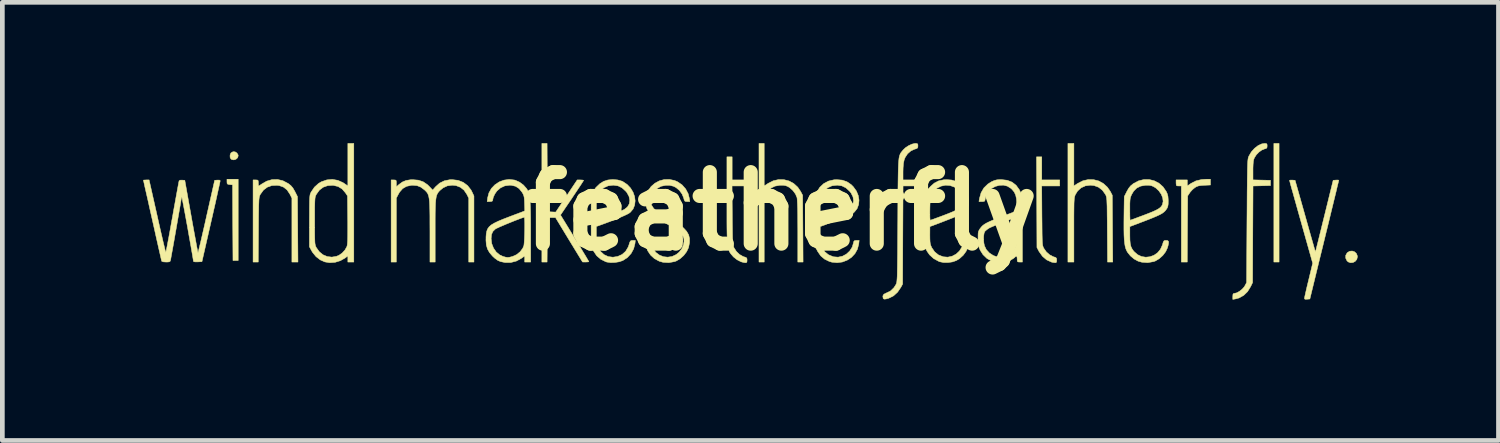
<source format=kicad_pcb>
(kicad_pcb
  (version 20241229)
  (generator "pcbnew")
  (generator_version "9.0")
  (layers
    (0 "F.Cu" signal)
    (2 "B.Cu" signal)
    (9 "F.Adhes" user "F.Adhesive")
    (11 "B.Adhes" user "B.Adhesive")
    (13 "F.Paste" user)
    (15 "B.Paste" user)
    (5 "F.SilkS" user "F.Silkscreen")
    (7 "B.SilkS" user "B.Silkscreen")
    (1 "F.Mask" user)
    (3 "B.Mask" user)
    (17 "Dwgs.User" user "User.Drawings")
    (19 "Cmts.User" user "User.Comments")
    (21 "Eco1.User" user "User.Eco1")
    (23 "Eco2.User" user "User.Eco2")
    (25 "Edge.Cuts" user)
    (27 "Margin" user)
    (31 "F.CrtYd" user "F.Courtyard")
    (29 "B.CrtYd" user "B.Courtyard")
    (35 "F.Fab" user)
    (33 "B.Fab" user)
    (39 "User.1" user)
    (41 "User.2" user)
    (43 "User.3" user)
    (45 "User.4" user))
  (footprint "featherfly"
    (layer "F.Cu")
    (at 13.595 1.451)
    (property "Reference" "featherfly" (at 0 0 0) (layer "F.SilkS") (effects (font (size 1.524 1.524) (thickness 0.3))))
    (attr through_hole)
    (fp_poly (pts (xy 10.602 1.081) (xy 10.491 1.081) (xy 10.491 -1.446) (xy 10.602 -1.446) (xy 10.602 1.081)) (stroke (width 0.01) (type solid)) (fill yes) (layer "F.SilkS"))
    (fp_poly (pts (xy -11.571 1.049) (xy -11.682 1.049) (xy -11.687 0.242) (xy -11.691 -0.564) (xy -11.75 -0.569) (xy -11.789 -0.575) (xy -11.806 -0.589) (xy -11.81 -0.621) (xy -11.81 -0.629) (xy -11.81 -0.683) (xy -11.571 -0.683) (xy -11.571 1.049)) (stroke (width 0.01) (type solid)) (fill yes) (layer "F.SilkS"))
    (fp_poly (pts (xy -11.636 -1.266) (xy -11.598 -1.242) (xy -11.574 -1.203) (xy -11.571 -1.18) (xy -11.585 -1.139) (xy -11.619 -1.109) (xy -11.664 -1.095) (xy -11.707 -1.102) (xy -11.727 -1.116) (xy -11.744 -1.151) (xy -11.744 -1.198) (xy -11.728 -1.239) (xy -11.721 -1.247) (xy -11.681 -1.269) (xy -11.636 -1.266)) (stroke (width 0.01) (type solid)) (fill yes) (layer "F.SilkS"))
    (fp_poly (pts (xy 12.21 0.863) (xy 12.25 0.9) (xy 12.27 0.953) (xy 12.271 0.97) (xy 12.258 1.024) (xy 12.224 1.066) (xy 12.177 1.091) (xy 12.125 1.096) (xy 12.076 1.079) (xy 12.049 1.055) (xy 12.021 0.997) (xy 12.022 0.938) (xy 12.052 0.885) (xy 12.056 0.881) (xy 12.105 0.851) (xy 12.16 0.846) (xy 12.21 0.863)) (stroke (width 0.01) (type solid)) (fill yes) (layer "F.SilkS"))
    (fp_poly (pts (xy 9.14 -0.56) (xy 9.007 -0.554) (xy 8.936 -0.549) (xy 8.886 -0.541) (xy 8.846 -0.527) (xy 8.809 -0.505) (xy 8.757 -0.462) (xy 8.71 -0.41) (xy 8.699 -0.394) (xy 8.655 -0.328) (xy 8.65 0.376) (xy 8.646 1.081) (xy 8.52 1.081) (xy 8.52 -0.54) (xy 8.464 -0.54) (xy 8.428 -0.542) (xy 8.413 -0.554) (xy 8.409 -0.585) (xy 8.408 -0.604) (xy 8.408 -0.668) (xy 8.647 -0.668) (xy 8.647 -0.54) (xy 8.726 -0.594) (xy 8.831 -0.648) (xy 8.953 -0.677) (xy 9.053 -0.683) (xy 9.14 -0.683) (xy 9.14 -0.56)) (stroke (width 0.01) (type solid)) (fill yes) (layer "F.SilkS"))
    (fp_poly (pts (xy 5.547 -0.668) (xy 5.929 -0.668) (xy 5.929 -0.54) (xy 5.546 -0.54) (xy 5.55 0.091) (xy 5.552 0.25) (xy 5.553 0.38) (xy 5.554 0.485) (xy 5.556 0.567) (xy 5.558 0.631) (xy 5.561 0.678) (xy 5.565 0.714) (xy 5.57 0.74) (xy 5.577 0.76) (xy 5.585 0.778) (xy 5.59 0.788) (xy 5.644 0.865) (xy 5.713 0.926) (xy 5.788 0.966) (xy 5.801 0.97) (xy 5.842 0.983) (xy 5.86 1) (xy 5.865 1.032) (xy 5.865 1.042) (xy 5.862 1.079) (xy 5.849 1.094) (xy 5.829 1.095) (xy 5.785 1.089) (xy 5.754 1.082) (xy 5.65 1.034) (xy 5.562 0.959) (xy 5.489 0.857) (xy 5.481 0.842) (xy 5.444 0.771) (xy 5.44 -0.195) (xy 5.435 -1.16) (xy 5.547 -1.16) (xy 5.547 -0.668)) (stroke (width 0.01) (type solid)) (fill yes) (layer "F.SilkS"))
    (fp_poly (pts (xy -4.987 -0.719) (xy -4.983 0.008) (xy -4.895 0.013) (xy -4.807 0.017) (xy -4.578 -0.325) (xy -4.349 -0.668) (xy -4.281 -0.668) (xy -4.239 -0.666) (xy -4.215 -0.661) (xy -4.212 -0.659) (xy -4.221 -0.644) (xy -4.245 -0.606) (xy -4.282 -0.549) (xy -4.331 -0.476) (xy -4.388 -0.39) (xy -4.452 -0.295) (xy -4.458 -0.285) (xy -4.705 0.079) (xy -4.403 0.572) (xy -4.334 0.685) (xy -4.27 0.789) (xy -4.214 0.882) (xy -4.167 0.959) (xy -4.132 1.019) (xy -4.109 1.058) (xy -4.101 1.073) (xy -4.115 1.078) (xy -4.151 1.08) (xy -4.168 1.081) (xy -4.236 1.08) (xy -4.524 0.608) (xy -4.811 0.135) (xy -4.983 0.135) (xy -4.987 0.608) (xy -4.991 1.081) (xy -5.102 1.081) (xy -5.102 -1.446) (xy -4.991 -1.446) (xy -4.987 -0.719)) (stroke (width 0.01) (type solid)) (fill yes) (layer "F.SilkS"))
    (fp_poly (pts (xy -0.366 -0.54) (xy -0.282 -0.595) (xy -0.173 -0.65) (xy -0.059 -0.676) (xy 0.054 -0.674) (xy 0.163 -0.646) (xy 0.263 -0.592) (xy 0.349 -0.513) (xy 0.41 -0.423) (xy 0.453 -0.342) (xy 0.458 0.37) (xy 0.462 1.081) (xy 0.35 1.081) (xy 0.35 0.428) (xy 0.349 0.239) (xy 0.348 0.076) (xy 0.346 -0.058) (xy 0.342 -0.165) (xy 0.338 -0.241) (xy 0.334 -0.287) (xy 0.332 -0.294) (xy 0.3 -0.369) (xy 0.246 -0.442) (xy 0.178 -0.503) (xy 0.139 -0.527) (xy 0.093 -0.546) (xy 0.043 -0.554) (xy -0.022 -0.554) (xy -0.034 -0.554) (xy -0.136 -0.536) (xy -0.218 -0.496) (xy -0.283 -0.43) (xy -0.322 -0.367) (xy -0.366 -0.28) (xy -0.366 1.081) (xy -0.477 1.081) (xy -0.477 -1.446) (xy -0.366 -1.446) (xy -0.366 -0.54)) (stroke (width 0.01) (type solid)) (fill yes) (layer "F.SilkS"))
    (fp_poly (pts (xy -1.049 -0.668) (xy -0.668 -0.668) (xy -0.668 -0.54) (xy -1.051 -0.54) (xy -1.046 0.083) (xy -1.045 0.241) (xy -1.043 0.371) (xy -1.042 0.475) (xy -1.04 0.557) (xy -1.037 0.621) (xy -1.034 0.669) (xy -1.03 0.705) (xy -1.025 0.732) (xy -1.018 0.754) (xy -1.01 0.774) (xy -1.008 0.779) (xy -0.958 0.856) (xy -0.891 0.92) (xy -0.816 0.963) (xy -0.795 0.97) (xy -0.754 0.983) (xy -0.736 1) (xy -0.731 1.032) (xy -0.731 1.042) (xy -0.734 1.079) (xy -0.748 1.094) (xy -0.767 1.096) (xy -0.805 1.09) (xy -0.854 1.077) (xy -0.864 1.073) (xy -0.944 1.032) (xy -1.021 0.971) (xy -1.077 0.906) (xy -1.094 0.881) (xy -1.108 0.856) (xy -1.12 0.829) (xy -1.13 0.798) (xy -1.139 0.759) (xy -1.145 0.711) (xy -1.15 0.651) (xy -1.154 0.575) (xy -1.157 0.482) (xy -1.159 0.37) (xy -1.16 0.234) (xy -1.16 0.073) (xy -1.16 -0.115) (xy -1.16 -0.233) (xy -1.16 -1.16) (xy -1.049 -1.16) (xy -1.049 -0.668)) (stroke (width 0.01) (type solid)) (fill yes) (layer "F.SilkS"))
    (fp_poly (pts (xy 6.231 -0.54) (xy 6.314 -0.595) (xy 6.423 -0.65) (xy 6.537 -0.676) (xy 6.651 -0.674) (xy 6.76 -0.646) (xy 6.859 -0.592) (xy 6.945 -0.513) (xy 7.007 -0.423) (xy 7.049 -0.342) (xy 7.054 0.37) (xy 7.059 1.081) (xy 6.948 1.081) (xy 6.943 0.393) (xy 6.942 0.227) (xy 6.94 0.09) (xy 6.939 -0.021) (xy 6.938 -0.11) (xy 6.935 -0.18) (xy 6.933 -0.233) (xy 6.929 -0.272) (xy 6.925 -0.301) (xy 6.919 -0.323) (xy 6.913 -0.34) (xy 6.904 -0.356) (xy 6.904 -0.358) (xy 6.839 -0.448) (xy 6.758 -0.512) (xy 6.662 -0.548) (xy 6.58 -0.556) (xy 6.475 -0.542) (xy 6.384 -0.5) (xy 6.31 -0.432) (xy 6.264 -0.358) (xy 6.256 -0.34) (xy 6.25 -0.321) (xy 6.244 -0.298) (xy 6.24 -0.268) (xy 6.237 -0.227) (xy 6.234 -0.174) (xy 6.233 -0.104) (xy 6.232 -0.015) (xy 6.231 0.096) (xy 6.231 0.234) (xy 6.231 0.397) (xy 6.231 1.081) (xy 6.104 1.081) (xy 6.104 -1.446) (xy 6.231 -1.446) (xy 6.231 -0.54)) (stroke (width 0.01) (type solid)) (fill yes) (layer "F.SilkS"))
    (fp_poly (pts (xy -10.618 -0.651) (xy -10.508 -0.593) (xy -10.504 -0.591) (xy -10.449 -0.547) (xy -10.407 -0.498) (xy -10.368 -0.431) (xy -10.363 -0.422) (xy -10.308 -0.313) (xy -10.303 0.384) (xy -10.298 1.081) (xy -10.427 1.081) (xy -10.427 -0.28) (xy -10.471 -0.367) (xy -10.529 -0.454) (xy -10.603 -0.514) (xy -10.694 -0.547) (xy -10.743 -0.553) (xy -10.855 -0.548) (xy -10.951 -0.514) (xy -11.032 -0.453) (xy -11.097 -0.364) (xy -11.1 -0.359) (xy -11.108 -0.343) (xy -11.115 -0.325) (xy -11.121 -0.304) (xy -11.125 -0.276) (xy -11.129 -0.238) (xy -11.131 -0.187) (xy -11.134 -0.12) (xy -11.135 -0.034) (xy -11.137 0.074) (xy -11.138 0.208) (xy -11.139 0.37) (xy -11.139 0.393) (xy -11.144 1.081) (xy -11.254 1.081) (xy -11.254 -0.668) (xy -11.198 -0.668) (xy -11.162 -0.666) (xy -11.146 -0.654) (xy -11.142 -0.623) (xy -11.142 -0.604) (xy -11.14 -0.564) (xy -11.135 -0.542) (xy -11.133 -0.54) (xy -11.116 -0.549) (xy -11.084 -0.571) (xy -11.074 -0.578) (xy -10.964 -0.642) (xy -10.85 -0.675) (xy -10.733 -0.678) (xy -10.618 -0.651)) (stroke (width 0.01) (type solid)) (fill yes) (layer "F.SilkS"))
    (fp_poly (pts (xy 10.331 -1.443) (xy 10.345 -1.428) (xy 10.348 -1.393) (xy 10.344 -1.356) (xy 10.328 -1.338) (xy 10.291 -1.328) (xy 10.234 -1.305) (xy 10.173 -1.261) (xy 10.118 -1.204) (xy 10.078 -1.142) (xy 10.075 -1.136) (xy 10.062 -1.101) (xy 10.054 -1.058) (xy 10.049 -1) (xy 10.046 -0.921) (xy 10.046 -0.871) (xy 10.046 -0.669) (xy 10.419 -0.66) (xy 10.419 -0.548) (xy 10.047 -0.539) (xy 10.042 0.489) (xy 10.038 1.518) (xy 9.996 1.605) (xy 9.931 1.711) (xy 9.848 1.791) (xy 9.75 1.846) (xy 9.676 1.866) (xy 9.616 1.877) (xy 9.616 1.813) (xy 9.619 1.771) (xy 9.629 1.753) (xy 9.652 1.748) (xy 9.653 1.748) (xy 9.702 1.736) (xy 9.759 1.704) (xy 9.815 1.66) (xy 9.86 1.609) (xy 9.874 1.586) (xy 9.91 1.518) (xy 9.918 0.207) (xy 9.92 -0.028) (xy 9.921 -0.233) (xy 9.922 -0.41) (xy 9.924 -0.562) (xy 9.925 -0.691) (xy 9.927 -0.799) (xy 9.928 -0.888) (xy 9.93 -0.96) (xy 9.932 -1.017) (xy 9.935 -1.061) (xy 9.938 -1.095) (xy 9.942 -1.121) (xy 9.946 -1.141) (xy 9.951 -1.157) (xy 9.957 -1.17) (xy 9.96 -1.178) (xy 10.012 -1.266) (xy 10.079 -1.341) (xy 10.155 -1.4) (xy 10.233 -1.436) (xy 10.297 -1.446) (xy 10.331 -1.443)) (stroke (width 0.01) (type solid)) (fill yes) (layer "F.SilkS"))
    (fp_poly (pts (xy 11.872 -0.663) (xy 11.873 -0.661) (xy 11.87 -0.644) (xy 11.859 -0.597) (xy 11.84 -0.521) (xy 11.816 -0.417) (xy 11.784 -0.287) (xy 11.746 -0.131) (xy 11.702 0.049) (xy 11.653 0.253) (xy 11.597 0.479) (xy 11.537 0.726) (xy 11.471 0.994) (xy 11.401 1.281) (xy 11.359 1.454) (xy 11.258 1.868) (xy 11.198 1.873) (xy 11.159 1.874) (xy 11.144 1.866) (xy 11.144 1.842) (xy 11.146 1.833) (xy 11.152 1.805) (xy 11.164 1.751) (xy 11.181 1.676) (xy 11.202 1.586) (xy 11.226 1.487) (xy 11.236 1.446) (xy 11.318 1.105) (xy 11.206 0.707) (xy 11.135 0.455) (xy 11.072 0.231) (xy 11.017 0.036) (xy 10.97 -0.132) (xy 10.93 -0.274) (xy 10.897 -0.393) (xy 10.87 -0.487) (xy 10.85 -0.56) (xy 10.836 -0.612) (xy 10.828 -0.644) (xy 10.824 -0.658) (xy 10.824 -0.659) (xy 10.838 -0.664) (xy 10.873 -0.665) (xy 10.884 -0.665) (xy 10.943 -0.66) (xy 11.146 0.056) (xy 11.187 0.202) (xy 11.226 0.341) (xy 11.262 0.468) (xy 11.294 0.581) (xy 11.321 0.675) (xy 11.342 0.749) (xy 11.356 0.798) (xy 11.362 0.819) (xy 11.376 0.866) (xy 11.393 0.803) (xy 11.4 0.774) (xy 11.414 0.718) (xy 11.434 0.639) (xy 11.459 0.538) (xy 11.488 0.421) (xy 11.52 0.29) (xy 11.555 0.149) (xy 11.582 0.04) (xy 11.754 -0.66) (xy 11.814 -0.665) (xy 11.852 -0.666) (xy 11.872 -0.663)) (stroke (width 0.01) (type solid)) (fill yes) (layer "F.SilkS"))
    (fp_poly (pts (xy 2.892 -1.443) (xy 2.906 -1.428) (xy 2.909 -1.394) (xy 2.906 -1.361) (xy 2.892 -1.342) (xy 2.86 -1.329) (xy 2.837 -1.323) (xy 2.758 -1.286) (xy 2.688 -1.225) (xy 2.636 -1.146) (xy 2.616 -1.095) (xy 2.601 -1.023) (xy 2.593 -0.926) (xy 2.591 -0.84) (xy 2.591 -0.668) (xy 2.972 -0.668) (xy 2.972 -0.54) (xy 2.592 -0.54) (xy 2.587 0.505) (xy 2.583 1.55) (xy 2.547 1.617) (xy 2.475 1.723) (xy 2.388 1.802) (xy 2.284 1.853) (xy 2.229 1.868) (xy 2.19 1.871) (xy 2.17 1.859) (xy 2.168 1.854) (xy 2.161 1.805) (xy 2.182 1.767) (xy 2.233 1.741) (xy 2.239 1.739) (xy 2.324 1.698) (xy 2.396 1.629) (xy 2.437 1.566) (xy 2.443 1.554) (xy 2.449 1.541) (xy 2.454 1.526) (xy 2.458 1.506) (xy 2.461 1.478) (xy 2.464 1.442) (xy 2.467 1.394) (xy 2.469 1.333) (xy 2.47 1.256) (xy 2.472 1.161) (xy 2.473 1.047) (xy 2.475 0.911) (xy 2.476 0.751) (xy 2.477 0.564) (xy 2.479 0.35) (xy 2.48 0.191) (xy 2.481 -0.049) (xy 2.482 -0.258) (xy 2.483 -0.44) (xy 2.485 -0.597) (xy 2.487 -0.731) (xy 2.489 -0.843) (xy 2.492 -0.937) (xy 2.495 -1.013) (xy 2.5 -1.075) (xy 2.505 -1.125) (xy 2.512 -1.164) (xy 2.521 -1.195) (xy 2.531 -1.22) (xy 2.542 -1.241) (xy 2.556 -1.26) (xy 2.572 -1.28) (xy 2.59 -1.302) (xy 2.591 -1.304) (xy 2.643 -1.354) (xy 2.71 -1.398) (xy 2.782 -1.431) (xy 2.846 -1.446) (xy 2.856 -1.446) (xy 2.892 -1.443)) (stroke (width 0.01) (type solid)) (fill yes) (layer "F.SilkS"))
    (fp_poly (pts (xy -6.885 -0.659) (xy -6.776 -0.616) (xy -6.684 -0.547) (xy -6.611 -0.454) (xy -6.587 -0.407) (xy -6.549 -0.326) (xy -6.549 1.081) (xy -6.66 1.081) (xy -6.66 -0.28) (xy -6.7 -0.361) (xy -6.76 -0.45) (xy -6.838 -0.512) (xy -6.932 -0.548) (xy -7.011 -0.556) (xy -7.113 -0.543) (xy -7.204 -0.501) (xy -7.268 -0.449) (xy -7.293 -0.424) (xy -7.313 -0.399) (xy -7.33 -0.371) (xy -7.344 -0.338) (xy -7.354 -0.296) (xy -7.362 -0.241) (xy -7.368 -0.172) (xy -7.371 -0.085) (xy -7.374 0.023) (xy -7.375 0.155) (xy -7.375 0.313) (xy -7.375 0.424) (xy -7.375 1.081) (xy -7.486 1.081) (xy -7.486 0.424) (xy -7.487 0.247) (xy -7.487 0.099) (xy -7.489 -0.024) (xy -7.492 -0.123) (xy -7.496 -0.203) (xy -7.503 -0.266) (xy -7.512 -0.316) (xy -7.524 -0.355) (xy -7.539 -0.386) (xy -7.558 -0.412) (xy -7.581 -0.436) (xy -7.603 -0.457) (xy -7.681 -0.515) (xy -7.762 -0.547) (xy -7.857 -0.555) (xy -7.886 -0.553) (xy -7.984 -0.532) (xy -8.066 -0.485) (xy -8.132 -0.41) (xy -8.157 -0.367) (xy -8.202 -0.282) (xy -8.202 1.081) (xy -8.313 1.081) (xy -8.313 -0.668) (xy -8.257 -0.668) (xy -8.223 -0.666) (xy -8.207 -0.656) (xy -8.202 -0.629) (xy -8.202 -0.594) (xy -8.202 -0.521) (xy -8.146 -0.571) (xy -8.073 -0.624) (xy -7.997 -0.656) (xy -7.907 -0.671) (xy -7.852 -0.673) (xy -7.732 -0.663) (xy -7.629 -0.628) (xy -7.538 -0.566) (xy -7.498 -0.526) (xy -7.428 -0.452) (xy -7.367 -0.522) (xy -7.28 -0.6) (xy -7.178 -0.65) (xy -7.061 -0.673) (xy -7.01 -0.674) (xy -6.885 -0.659)) (stroke (width 0.01) (type solid)) (fill yes) (layer "F.SilkS"))
    (fp_poly (pts (xy -9.108 1.081) (xy -9.235 1.081) (xy -9.235 0.95) (xy -9.292 0.994) (xy -9.394 1.052) (xy -9.507 1.087) (xy -9.624 1.095) (xy -9.726 1.078) (xy -9.823 1.035) (xy -9.913 0.965) (xy -9.987 0.875) (xy -10.011 0.834) (xy -10.054 0.755) (xy -10.054 0.207) (xy -9.942 0.207) (xy -9.942 0.346) (xy -9.942 0.458) (xy -9.941 0.545) (xy -9.939 0.612) (xy -9.937 0.661) (xy -9.933 0.698) (xy -9.927 0.725) (xy -9.92 0.746) (xy -9.911 0.765) (xy -9.907 0.773) (xy -9.844 0.861) (xy -9.765 0.926) (xy -9.674 0.964) (xy -9.576 0.976) (xy -9.477 0.959) (xy -9.424 0.937) (xy -9.356 0.889) (xy -9.297 0.825) (xy -9.257 0.754) (xy -9.251 0.735) (xy -9.245 0.697) (xy -9.24 0.627) (xy -9.238 0.525) (xy -9.237 0.391) (xy -9.237 0.226) (xy -9.238 0.174) (xy -9.243 -0.328) (xy -9.287 -0.394) (xy -9.357 -0.475) (xy -9.443 -0.528) (xy -9.543 -0.552) (xy -9.553 -0.553) (xy -9.663 -0.547) (xy -9.76 -0.513) (xy -9.841 -0.452) (xy -9.905 -0.363) (xy -9.907 -0.359) (xy -9.917 -0.34) (xy -9.925 -0.32) (xy -9.931 -0.296) (xy -9.935 -0.264) (xy -9.938 -0.219) (xy -9.94 -0.16) (xy -9.942 -0.081) (xy -9.942 0.021) (xy -9.942 0.149) (xy -9.942 0.207) (xy -10.054 0.207) (xy -10.053 0.06) (xy -10.053 -0.058) (xy -10.052 -0.152) (xy -10.051 -0.224) (xy -10.049 -0.279) (xy -10.045 -0.319) (xy -10.041 -0.349) (xy -10.035 -0.372) (xy -10.027 -0.39) (xy -10.018 -0.409) (xy -9.947 -0.514) (xy -9.861 -0.592) (xy -9.801 -0.628) (xy -9.683 -0.669) (xy -9.564 -0.68) (xy -9.447 -0.659) (xy -9.336 -0.609) (xy -9.314 -0.594) (xy -9.235 -0.54) (xy -9.235 -1.446) (xy -9.108 -1.446) (xy -9.108 1.081)) (stroke (width 0.01) (type solid)) (fill yes) (layer "F.SilkS"))
    (fp_poly (pts (xy -2.275 -0.656) (xy -2.211 -0.628) (xy -2.116 -0.563) (xy -2.039 -0.476) (xy -1.985 -0.373) (xy -1.961 -0.278) (xy -1.951 -0.207) (xy -2.007 -0.207) (xy -2.041 -0.209) (xy -2.06 -0.22) (xy -2.072 -0.248) (xy -2.082 -0.286) (xy -2.116 -0.368) (xy -2.172 -0.445) (xy -2.243 -0.505) (xy -2.297 -0.533) (xy -2.379 -0.553) (xy -2.463 -0.553) (xy -2.563 -0.533) (xy -2.645 -0.487) (xy -2.71 -0.414) (xy -2.738 -0.367) (xy -2.772 -0.281) (xy -2.781 -0.203) (xy -2.765 -0.131) (xy -2.722 -0.063) (xy -2.651 0.004) (xy -2.551 0.071) (xy -2.444 0.129) (xy -2.295 0.208) (xy -2.176 0.282) (xy -2.084 0.355) (xy -2.018 0.427) (xy -1.975 0.502) (xy -1.956 0.581) (xy -1.957 0.668) (xy -1.976 0.765) (xy -1.98 0.779) (xy -2.019 0.861) (xy -2.08 0.941) (xy -2.156 1.009) (xy -2.238 1.058) (xy -2.273 1.071) (xy -2.397 1.094) (xy -2.519 1.087) (xy -2.6 1.064) (xy -2.703 1.009) (xy -2.787 0.932) (xy -2.849 0.839) (xy -2.884 0.733) (xy -2.89 0.696) (xy -2.897 0.62) (xy -2.843 0.62) (xy -2.811 0.622) (xy -2.793 0.633) (xy -2.78 0.661) (xy -2.769 0.703) (xy -2.732 0.799) (xy -2.674 0.876) (xy -2.599 0.932) (xy -2.514 0.967) (xy -2.422 0.977) (xy -2.329 0.963) (xy -2.241 0.922) (xy -2.179 0.872) (xy -2.12 0.796) (xy -2.088 0.719) (xy -2.074 0.648) (xy -2.076 0.585) (xy -2.097 0.526) (xy -2.139 0.469) (xy -2.203 0.412) (xy -2.293 0.351) (xy -2.41 0.284) (xy -2.462 0.256) (xy -2.591 0.186) (xy -2.692 0.123) (xy -2.769 0.065) (xy -2.824 0.008) (xy -2.862 -0.052) (xy -2.883 -0.116) (xy -2.892 -0.19) (xy -2.893 -0.221) (xy -2.878 -0.336) (xy -2.838 -0.439) (xy -2.776 -0.527) (xy -2.695 -0.597) (xy -2.601 -0.648) (xy -2.497 -0.676) (xy -2.387 -0.679) (xy -2.275 -0.656)) (stroke (width 0.01) (type solid)) (fill yes) (layer "F.SilkS"))
    (fp_poly (pts (xy 1.296 -0.664) (xy 1.397 -0.629) (xy 1.487 -0.568) (xy 1.533 -0.522) (xy 1.598 -0.432) (xy 1.638 -0.335) (xy 1.654 -0.237) (xy 1.645 -0.143) (xy 1.613 -0.057) (xy 1.556 0.015) (xy 1.518 0.044) (xy 1.482 0.064) (xy 1.421 0.092) (xy 1.343 0.126) (xy 1.252 0.164) (xy 1.154 0.202) (xy 1.137 0.208) (xy 0.827 0.326) (xy 0.827 0.509) (xy 0.828 0.592) (xy 0.831 0.653) (xy 0.838 0.698) (xy 0.85 0.738) (xy 0.865 0.774) (xy 0.922 0.86) (xy 1.002 0.925) (xy 1.1 0.966) (xy 1.111 0.969) (xy 1.207 0.977) (xy 1.301 0.957) (xy 1.385 0.912) (xy 1.456 0.846) (xy 1.509 0.762) (xy 1.534 0.68) (xy 1.544 0.64) (xy 1.561 0.624) (xy 1.595 0.62) (xy 1.601 0.62) (xy 1.657 0.62) (xy 1.648 0.698) (xy 1.62 0.807) (xy 1.567 0.902) (xy 1.493 0.981) (xy 1.402 1.041) (xy 1.3 1.08) (xy 1.189 1.095) (xy 1.076 1.084) (xy 1.021 1.068) (xy 0.919 1.018) (xy 0.838 0.949) (xy 0.773 0.855) (xy 0.767 0.843) (xy 0.715 0.744) (xy 0.715 0.209) (xy 0.716 0.065) (xy 0.716 -0.045) (xy 0.827 -0.045) (xy 0.827 0.038) (xy 0.828 0.108) (xy 0.83 0.159) (xy 0.832 0.187) (xy 0.833 0.191) (xy 0.849 0.185) (xy 0.89 0.171) (xy 0.951 0.148) (xy 1.028 0.119) (xy 1.113 0.087) (xy 1.231 0.042) (xy 1.323 0.005) (xy 1.392 -0.026) (xy 1.443 -0.053) (xy 1.478 -0.079) (xy 1.501 -0.104) (xy 1.517 -0.131) (xy 1.52 -0.137) (xy 1.538 -0.221) (xy 1.526 -0.306) (xy 1.484 -0.39) (xy 1.45 -0.431) (xy 1.372 -0.501) (xy 1.288 -0.542) (xy 1.193 -0.556) (xy 1.186 -0.556) (xy 1.078 -0.543) (xy 0.987 -0.502) (xy 0.913 -0.434) (xy 0.867 -0.361) (xy 0.851 -0.327) (xy 0.84 -0.296) (xy 0.833 -0.26) (xy 0.829 -0.213) (xy 0.827 -0.149) (xy 0.827 -0.06) (xy 0.827 -0.045) (xy 0.716 -0.045) (xy 0.716 -0.052) (xy 0.717 -0.144) (xy 0.718 -0.215) (xy 0.721 -0.269) (xy 0.724 -0.309) (xy 0.729 -0.34) (xy 0.735 -0.364) (xy 0.744 -0.386) (xy 0.753 -0.407) (xy 0.818 -0.511) (xy 0.902 -0.59) (xy 1.004 -0.644) (xy 1.121 -0.671) (xy 1.176 -0.674) (xy 1.296 -0.664)) (stroke (width 0.01) (type solid)) (fill yes) (layer "F.SilkS"))
    (fp_poly (pts (xy -5.686 -0.666) (xy -5.668 -0.661) (xy -5.578 -0.621) (xy -5.494 -0.559) (xy -5.427 -0.483) (xy -5.404 -0.444) (xy -5.389 -0.41) (xy -5.376 -0.372) (xy -5.366 -0.325) (xy -5.358 -0.266) (xy -5.352 -0.194) (xy -5.347 -0.104) (xy -5.344 0.007) (xy -5.342 0.141) (xy -5.341 0.301) (xy -5.341 0.449) (xy -5.341 1.081) (xy -5.468 1.081) (xy -5.468 0.952) (xy -5.537 1.001) (xy -5.645 1.06) (xy -5.764 1.091) (xy -5.888 1.091) (xy -5.983 1.071) (xy -6.043 1.045) (xy -6.103 1.001) (xy -6.153 0.955) (xy -6.217 0.88) (xy -6.26 0.804) (xy -6.285 0.718) (xy -6.293 0.615) (xy -6.292 0.58) (xy -6.183 0.58) (xy -6.17 0.688) (xy -6.132 0.785) (xy -6.074 0.868) (xy -5.999 0.93) (xy -5.931 0.961) (xy -5.875 0.977) (xy -5.833 0.983) (xy -5.792 0.979) (xy -5.737 0.965) (xy -5.721 0.96) (xy -5.638 0.922) (xy -5.565 0.862) (xy -5.51 0.789) (xy -5.487 0.737) (xy -5.482 0.705) (xy -5.477 0.65) (xy -5.473 0.58) (xy -5.47 0.499) (xy -5.468 0.414) (xy -5.467 0.33) (xy -5.467 0.254) (xy -5.469 0.191) (xy -5.472 0.147) (xy -5.476 0.127) (xy -5.477 0.127) (xy -5.5 0.133) (xy -5.547 0.149) (xy -5.612 0.174) (xy -5.688 0.203) (xy -5.772 0.237) (xy -5.856 0.271) (xy -5.935 0.305) (xy -6.004 0.334) (xy -6.057 0.359) (xy -6.088 0.374) (xy -6.091 0.376) (xy -6.144 0.427) (xy -6.174 0.493) (xy -6.183 0.58) (xy -6.292 0.58) (xy -6.292 0.55) (xy -6.287 0.481) (xy -6.276 0.423) (xy -6.257 0.374) (xy -6.226 0.331) (xy -6.181 0.291) (xy -6.118 0.253) (xy -6.034 0.212) (xy -5.926 0.167) (xy -5.791 0.115) (xy -5.777 0.109) (xy -5.466 -0.008) (xy -5.471 -0.168) (xy -5.474 -0.244) (xy -5.479 -0.297) (xy -5.489 -0.337) (xy -5.504 -0.372) (xy -5.524 -0.406) (xy -5.587 -0.484) (xy -5.662 -0.533) (xy -5.753 -0.554) (xy -5.786 -0.556) (xy -5.891 -0.542) (xy -5.982 -0.5) (xy -6.059 -0.433) (xy -6.104 -0.369) (xy -6.137 -0.298) (xy -6.151 -0.232) (xy -6.151 -0.227) (xy -6.166 -0.212) (xy -6.206 -0.207) (xy -6.209 -0.207) (xy -6.267 -0.207) (xy -6.258 -0.285) (xy -6.23 -0.392) (xy -6.177 -0.487) (xy -6.102 -0.565) (xy -6.011 -0.626) (xy -5.909 -0.664) (xy -5.799 -0.679) (xy -5.686 -0.666)) (stroke (width 0.01) (type solid)) (fill yes) (layer "F.SilkS"))
    (fp_poly (pts (xy 3.627 -0.666) (xy 3.715 -0.64) (xy 3.796 -0.591) (xy 3.852 -0.543) (xy 3.919 -0.465) (xy 3.962 -0.379) (xy 3.983 -0.277) (xy 3.986 -0.245) (xy 3.988 -0.178) (xy 3.983 -0.13) (xy 3.969 -0.087) (xy 3.959 -0.066) (xy 3.937 -0.03) (xy 3.909 0.002) (xy 3.87 0.033) (xy 3.817 0.065) (xy 3.746 0.099) (xy 3.654 0.138) (xy 3.537 0.184) (xy 3.473 0.209) (xy 3.164 0.326) (xy 3.163 0.509) (xy 3.164 0.592) (xy 3.167 0.65) (xy 3.173 0.694) (xy 3.184 0.731) (xy 3.201 0.769) (xy 3.205 0.777) (xy 3.266 0.865) (xy 3.347 0.93) (xy 3.448 0.969) (xy 3.544 0.977) (xy 3.637 0.957) (xy 3.722 0.912) (xy 3.793 0.846) (xy 3.845 0.762) (xy 3.871 0.68) (xy 3.881 0.64) (xy 3.898 0.624) (xy 3.931 0.62) (xy 3.936 0.62) (xy 3.971 0.622) (xy 3.986 0.635) (xy 3.989 0.669) (xy 3.989 0.68) (xy 3.975 0.766) (xy 3.934 0.854) (xy 3.874 0.936) (xy 3.797 1.006) (xy 3.727 1.049) (xy 3.644 1.078) (xy 3.549 1.092) (xy 3.454 1.091) (xy 3.371 1.074) (xy 3.358 1.069) (xy 3.245 1.008) (xy 3.157 0.928) (xy 3.107 0.857) (xy 3.06 0.771) (xy 3.06 0.207) (xy 3.06 0.052) (xy 3.06 0.001) (xy 3.163 0.001) (xy 3.163 0.072) (xy 3.164 0.132) (xy 3.167 0.174) (xy 3.171 0.191) (xy 3.171 0.191) (xy 3.188 0.185) (xy 3.23 0.171) (xy 3.291 0.148) (xy 3.368 0.12) (xy 3.438 0.094) (xy 3.56 0.047) (xy 3.655 0.008) (xy 3.728 -0.026) (xy 3.781 -0.055) (xy 3.818 -0.083) (xy 3.844 -0.111) (xy 3.857 -0.134) (xy 3.875 -0.206) (xy 3.867 -0.285) (xy 3.836 -0.364) (xy 3.786 -0.436) (xy 3.718 -0.496) (xy 3.69 -0.514) (xy 3.594 -0.549) (xy 3.497 -0.556) (xy 3.403 -0.536) (xy 3.317 -0.493) (xy 3.246 -0.428) (xy 3.194 -0.343) (xy 3.179 -0.301) (xy 3.174 -0.27) (xy 3.17 -0.217) (xy 3.166 -0.15) (xy 3.164 -0.076) (xy 3.163 0.001) (xy 3.06 0.001) (xy 3.06 -0.073) (xy 3.061 -0.175) (xy 3.064 -0.255) (xy 3.069 -0.317) (xy 3.076 -0.366) (xy 3.087 -0.404) (xy 3.101 -0.435) (xy 3.119 -0.463) (xy 3.142 -0.491) (xy 3.171 -0.522) (xy 3.175 -0.527) (xy 3.258 -0.601) (xy 3.35 -0.648) (xy 3.457 -0.671) (xy 3.521 -0.674) (xy 3.627 -0.666)) (stroke (width 0.01) (type solid)) (fill yes) (layer "F.SilkS"))
    (fp_poly (pts (xy 7.943 -0.65) (xy 8.043 -0.598) (xy 8.13 -0.521) (xy 8.199 -0.421) (xy 8.222 -0.369) (xy 8.235 -0.319) (xy 8.24 -0.256) (xy 8.241 -0.221) (xy 8.24 -0.154) (xy 8.233 -0.108) (xy 8.22 -0.072) (xy 8.202 -0.044) (xy 8.178 -0.012) (xy 8.149 0.016) (xy 8.111 0.044) (xy 8.061 0.072) (xy 7.994 0.103) (xy 7.907 0.14) (xy 7.796 0.184) (xy 7.736 0.207) (xy 7.423 0.326) (xy 7.423 0.511) (xy 7.425 0.612) (xy 7.432 0.689) (xy 7.446 0.749) (xy 7.47 0.8) (xy 7.504 0.848) (xy 7.512 0.857) (xy 7.586 0.923) (xy 7.671 0.963) (xy 7.761 0.978) (xy 7.852 0.968) (xy 7.938 0.936) (xy 8.014 0.883) (xy 8.075 0.809) (xy 8.117 0.717) (xy 8.118 0.713) (xy 8.133 0.661) (xy 8.146 0.634) (xy 8.164 0.622) (xy 8.193 0.62) (xy 8.196 0.62) (xy 8.229 0.624) (xy 8.246 0.64) (xy 8.249 0.672) (xy 8.239 0.726) (xy 8.224 0.779) (xy 8.186 0.861) (xy 8.125 0.941) (xy 8.049 1.009) (xy 7.967 1.058) (xy 7.931 1.071) (xy 7.804 1.094) (xy 7.68 1.085) (xy 7.599 1.062) (xy 7.514 1.016) (xy 7.435 0.949) (xy 7.373 0.872) (xy 7.354 0.837) (xy 7.336 0.794) (xy 7.322 0.742) (xy 7.312 0.679) (xy 7.304 0.601) (xy 7.299 0.504) (xy 7.297 0.385) (xy 7.297 0.241) (xy 7.298 0.128) (xy 7.3 -0.045) (xy 7.423 -0.045) (xy 7.423 0.038) (xy 7.424 0.107) (xy 7.426 0.159) (xy 7.428 0.187) (xy 7.429 0.191) (xy 7.445 0.185) (xy 7.486 0.171) (xy 7.547 0.148) (xy 7.624 0.119) (xy 7.711 0.087) (xy 7.828 0.042) (xy 7.919 0.005) (xy 7.987 -0.027) (xy 8.037 -0.055) (xy 8.073 -0.082) (xy 8.098 -0.11) (xy 8.116 -0.141) (xy 8.116 -0.142) (xy 8.132 -0.21) (xy 8.123 -0.286) (xy 8.092 -0.363) (xy 8.041 -0.436) (xy 7.976 -0.497) (xy 7.927 -0.527) (xy 7.881 -0.546) (xy 7.832 -0.554) (xy 7.766 -0.554) (xy 7.755 -0.554) (xy 7.653 -0.536) (xy 7.571 -0.496) (xy 7.505 -0.43) (xy 7.467 -0.367) (xy 7.45 -0.332) (xy 7.438 -0.3) (xy 7.43 -0.266) (xy 7.426 -0.221) (xy 7.423 -0.161) (xy 7.423 -0.078) (xy 7.423 -0.045) (xy 7.3 -0.045) (xy 7.304 -0.313) (xy 7.359 -0.422) (xy 7.399 -0.492) (xy 7.44 -0.542) (xy 7.493 -0.586) (xy 7.5 -0.591) (xy 7.608 -0.648) (xy 7.72 -0.676) (xy 7.834 -0.677) (xy 7.943 -0.65)) (stroke (width 0.01) (type solid)) (fill yes) (layer "F.SilkS"))
    (fp_poly (pts (xy -3.488 -0.668) (xy -3.394 -0.641) (xy -3.376 -0.632) (xy -3.285 -0.571) (xy -3.213 -0.495) (xy -3.16 -0.408) (xy -3.127 -0.315) (xy -3.115 -0.222) (xy -3.126 -0.131) (xy -3.159 -0.049) (xy -3.217 0.02) (xy -3.243 0.04) (xy -3.281 0.061) (xy -3.344 0.091) (xy -3.428 0.128) (xy -3.528 0.169) (xy -3.639 0.213) (xy -3.756 0.257) (xy -3.858 0.294) (xy -3.942 0.324) (xy -3.942 0.508) (xy -3.94 0.595) (xy -3.936 0.658) (xy -3.929 0.706) (xy -3.916 0.746) (xy -3.909 0.763) (xy -3.851 0.856) (xy -3.777 0.924) (xy -3.688 0.965) (xy -3.589 0.978) (xy -3.487 0.962) (xy -3.392 0.919) (xy -3.317 0.852) (xy -3.263 0.761) (xy -3.247 0.716) (xy -3.231 0.663) (xy -3.217 0.635) (xy -3.199 0.623) (xy -3.171 0.62) (xy -3.165 0.62) (xy -3.111 0.62) (xy -3.119 0.69) (xy -3.147 0.799) (xy -3.202 0.9) (xy -3.28 0.985) (xy -3.376 1.048) (xy -3.378 1.049) (xy -3.454 1.075) (xy -3.544 1.09) (xy -3.635 1.093) (xy -3.715 1.082) (xy -3.74 1.075) (xy -3.848 1.021) (xy -3.934 0.947) (xy -4.001 0.848) (xy -4.021 0.808) (xy -4.03 0.787) (xy -4.037 0.765) (xy -4.042 0.736) (xy -4.046 0.698) (xy -4.049 0.648) (xy -4.051 0.581) (xy -4.052 0.493) (xy -4.052 0.383) (xy -4.053 0.244) (xy -4.053 0.207) (xy -4.053 0.062) (xy -4.052 -0.043) (xy -3.942 -0.043) (xy -3.941 0.052) (xy -3.939 0.119) (xy -3.936 0.162) (xy -3.93 0.183) (xy -3.922 0.187) (xy -3.901 0.179) (xy -3.856 0.162) (xy -3.791 0.138) (xy -3.714 0.11) (xy -3.656 0.088) (xy -3.567 0.055) (xy -3.483 0.021) (xy -3.412 -0.009) (xy -3.359 -0.033) (xy -3.34 -0.043) (xy -3.277 -0.095) (xy -3.239 -0.161) (xy -3.229 -0.237) (xy -3.246 -0.317) (xy -3.29 -0.398) (xy -3.318 -0.431) (xy -3.396 -0.501) (xy -3.48 -0.542) (xy -3.576 -0.556) (xy -3.583 -0.556) (xy -3.69 -0.543) (xy -3.781 -0.502) (xy -3.855 -0.434) (xy -3.901 -0.361) (xy -3.917 -0.327) (xy -3.928 -0.296) (xy -3.935 -0.26) (xy -3.94 -0.214) (xy -3.941 -0.15) (xy -3.942 -0.062) (xy -3.942 -0.043) (xy -4.052 -0.043) (xy -4.052 -0.054) (xy -4.052 -0.145) (xy -4.05 -0.216) (xy -4.048 -0.27) (xy -4.044 -0.31) (xy -4.039 -0.34) (xy -4.033 -0.364) (xy -4.025 -0.386) (xy -4.015 -0.407) (xy -3.952 -0.506) (xy -3.865 -0.589) (xy -3.786 -0.638) (xy -3.696 -0.667) (xy -3.592 -0.677) (xy -3.488 -0.668)) (stroke (width 0.01) (type solid)) (fill yes) (layer "F.SilkS"))
    (fp_poly (pts (xy 4.81 -0.661) (xy 4.914 -0.621) (xy 5 -0.554) (xy 5.068 -0.461) (xy 5.102 -0.386) (xy 5.11 -0.364) (xy 5.116 -0.341) (xy 5.121 -0.313) (xy 5.125 -0.278) (xy 5.128 -0.233) (xy 5.131 -0.173) (xy 5.132 -0.097) (xy 5.133 -0.001) (xy 5.134 0.119) (xy 5.134 0.265) (xy 5.134 0.39) (xy 5.134 1.081) (xy 5.078 1.081) (xy 5.043 1.079) (xy 5.027 1.067) (xy 5.023 1.036) (xy 5.023 1.017) (xy 5.019 0.971) (xy 5.006 0.955) (xy 4.983 0.969) (xy 4.974 0.979) (xy 4.949 1) (xy 4.906 1.027) (xy 4.873 1.045) (xy 4.774 1.08) (xy 4.664 1.093) (xy 4.556 1.084) (xy 4.489 1.065) (xy 4.381 1.006) (xy 4.295 0.923) (xy 4.237 0.832) (xy 4.215 0.784) (xy 4.201 0.74) (xy 4.194 0.69) (xy 4.191 0.624) (xy 4.19 0.605) (xy 4.308 0.605) (xy 4.314 0.677) (xy 4.326 0.734) (xy 4.366 0.817) (xy 4.431 0.888) (xy 4.513 0.941) (xy 4.546 0.954) (xy 4.606 0.974) (xy 4.649 0.982) (xy 4.689 0.981) (xy 4.737 0.969) (xy 4.764 0.962) (xy 4.852 0.92) (xy 4.927 0.854) (xy 4.982 0.771) (xy 4.999 0.726) (xy 5.006 0.688) (xy 5.012 0.63) (xy 5.017 0.556) (xy 5.021 0.474) (xy 5.023 0.389) (xy 5.024 0.307) (xy 5.023 0.234) (xy 5.021 0.176) (xy 5.016 0.138) (xy 5.011 0.127) (xy 4.988 0.133) (xy 4.942 0.149) (xy 4.879 0.172) (xy 4.803 0.201) (xy 4.721 0.233) (xy 4.639 0.266) (xy 4.562 0.298) (xy 4.496 0.325) (xy 4.447 0.347) (xy 4.423 0.359) (xy 4.378 0.39) (xy 4.341 0.422) (xy 4.332 0.433) (xy 4.317 0.473) (xy 4.309 0.534) (xy 4.308 0.605) (xy 4.19 0.605) (xy 4.19 0.586) (xy 4.19 0.513) (xy 4.192 0.464) (xy 4.199 0.429) (xy 4.213 0.399) (xy 4.234 0.366) (xy 4.237 0.363) (xy 4.262 0.331) (xy 4.291 0.302) (xy 4.329 0.274) (xy 4.378 0.246) (xy 4.443 0.215) (xy 4.528 0.179) (xy 4.637 0.136) (xy 4.721 0.103) (xy 5.015 -0.009) (xy 5.014 -0.159) (xy 5.008 -0.263) (xy 4.991 -0.344) (xy 4.961 -0.409) (xy 4.913 -0.467) (xy 4.889 -0.489) (xy 4.814 -0.536) (xy 4.73 -0.557) (xy 4.642 -0.553) (xy 4.556 -0.529) (xy 4.477 -0.485) (xy 4.412 -0.424) (xy 4.365 -0.348) (xy 4.344 -0.271) (xy 4.336 -0.23) (xy 4.323 -0.212) (xy 4.293 -0.207) (xy 4.272 -0.207) (xy 4.209 -0.207) (xy 4.22 -0.274) (xy 4.254 -0.395) (xy 4.314 -0.498) (xy 4.399 -0.581) (xy 4.479 -0.631) (xy 4.537 -0.656) (xy 4.59 -0.67) (xy 4.652 -0.675) (xy 4.689 -0.675) (xy 4.81 -0.661)) (stroke (width 0.01) (type solid)) (fill yes) (layer "F.SilkS"))
    (fp_poly (pts (xy -13.295 0.103) (xy -13.261 0.255) (xy -13.229 0.396) (xy -13.199 0.525) (xy -13.173 0.638) (xy -13.15 0.732) (xy -13.133 0.805) (xy -13.12 0.853) (xy -13.114 0.874) (xy -13.114 0.874) (xy -13.109 0.859) (xy -13.1 0.816) (xy -13.086 0.747) (xy -13.069 0.656) (xy -13.048 0.546) (xy -13.025 0.42) (xy -13 0.28) (xy -12.973 0.131) (xy -12.971 0.123) (xy -12.945 -0.028) (xy -12.919 -0.169) (xy -12.896 -0.298) (xy -12.875 -0.412) (xy -12.858 -0.507) (xy -12.844 -0.58) (xy -12.835 -0.628) (xy -12.83 -0.648) (xy -12.83 -0.649) (xy -12.809 -0.663) (xy -12.766 -0.664) (xy -12.708 -0.66) (xy -12.571 0.108) (xy -12.544 0.26) (xy -12.518 0.402) (xy -12.494 0.532) (xy -12.473 0.645) (xy -12.456 0.74) (xy -12.442 0.813) (xy -12.432 0.861) (xy -12.428 0.881) (xy -12.427 0.882) (xy -12.423 0.868) (xy -12.412 0.826) (xy -12.396 0.759) (xy -12.374 0.67) (xy -12.349 0.561) (xy -12.32 0.436) (xy -12.288 0.297) (xy -12.254 0.147) (xy -12.247 0.114) (xy -12.072 -0.66) (xy -12.013 -0.665) (xy -11.97 -0.664) (xy -11.954 -0.652) (xy -11.954 -0.649) (xy -11.958 -0.63) (xy -11.968 -0.583) (xy -11.984 -0.51) (xy -12.005 -0.416) (xy -12.03 -0.302) (xy -12.059 -0.171) (xy -12.092 -0.027) (xy -12.127 0.128) (xy -12.149 0.223) (xy -12.343 1.073) (xy -12.434 1.078) (xy -12.489 1.078) (xy -12.518 1.072) (xy -12.525 1.062) (xy -12.528 1.04) (xy -12.536 0.991) (xy -12.548 0.919) (xy -12.564 0.829) (xy -12.582 0.723) (xy -12.603 0.607) (xy -12.625 0.484) (xy -12.647 0.357) (xy -12.67 0.232) (xy -12.692 0.111) (xy -12.713 -0.002) (xy -12.732 -0.102) (xy -12.748 -0.186) (xy -12.76 -0.249) (xy -12.768 -0.288) (xy -12.771 -0.299) (xy -12.779 -0.295) (xy -12.779 -0.29) (xy -12.782 -0.272) (xy -12.79 -0.227) (xy -12.801 -0.158) (xy -12.816 -0.07) (xy -12.834 0.033) (xy -12.854 0.148) (xy -12.875 0.27) (xy -12.897 0.396) (xy -12.919 0.521) (xy -12.94 0.641) (xy -12.96 0.753) (xy -12.978 0.852) (xy -12.993 0.934) (xy -13.004 0.996) (xy -13.011 1.034) (xy -13.012 1.037) (xy -13.019 1.062) (xy -13.034 1.075) (xy -13.065 1.08) (xy -13.107 1.081) (xy -13.165 1.077) (xy -13.196 1.067) (xy -13.201 1.061) (xy -13.206 1.041) (xy -13.217 0.994) (xy -13.233 0.924) (xy -13.254 0.833) (xy -13.278 0.727) (xy -13.305 0.608) (xy -13.327 0.509) (xy -13.359 0.365) (xy -13.393 0.214) (xy -13.427 0.064) (xy -13.459 -0.078) (xy -13.487 -0.205) (xy -13.511 -0.311) (xy -13.518 -0.341) (xy -13.54 -0.437) (xy -13.559 -0.521) (xy -13.574 -0.59) (xy -13.585 -0.638) (xy -13.59 -0.662) (xy -13.59 -0.663) (xy -13.576 -0.666) (xy -13.541 -0.667) (xy -13.529 -0.668) (xy -13.469 -0.668) (xy -13.295 0.103)) (stroke (width 0.01) (type solid)) (fill yes) (layer "F.SilkS")))
  (gr_rect
    (start -3 -3)
    (end 28.871 6.333)
    (stroke (width 0.1) (type default))
    (fill no)
    (layer "Edge.Cuts")))
</source>
